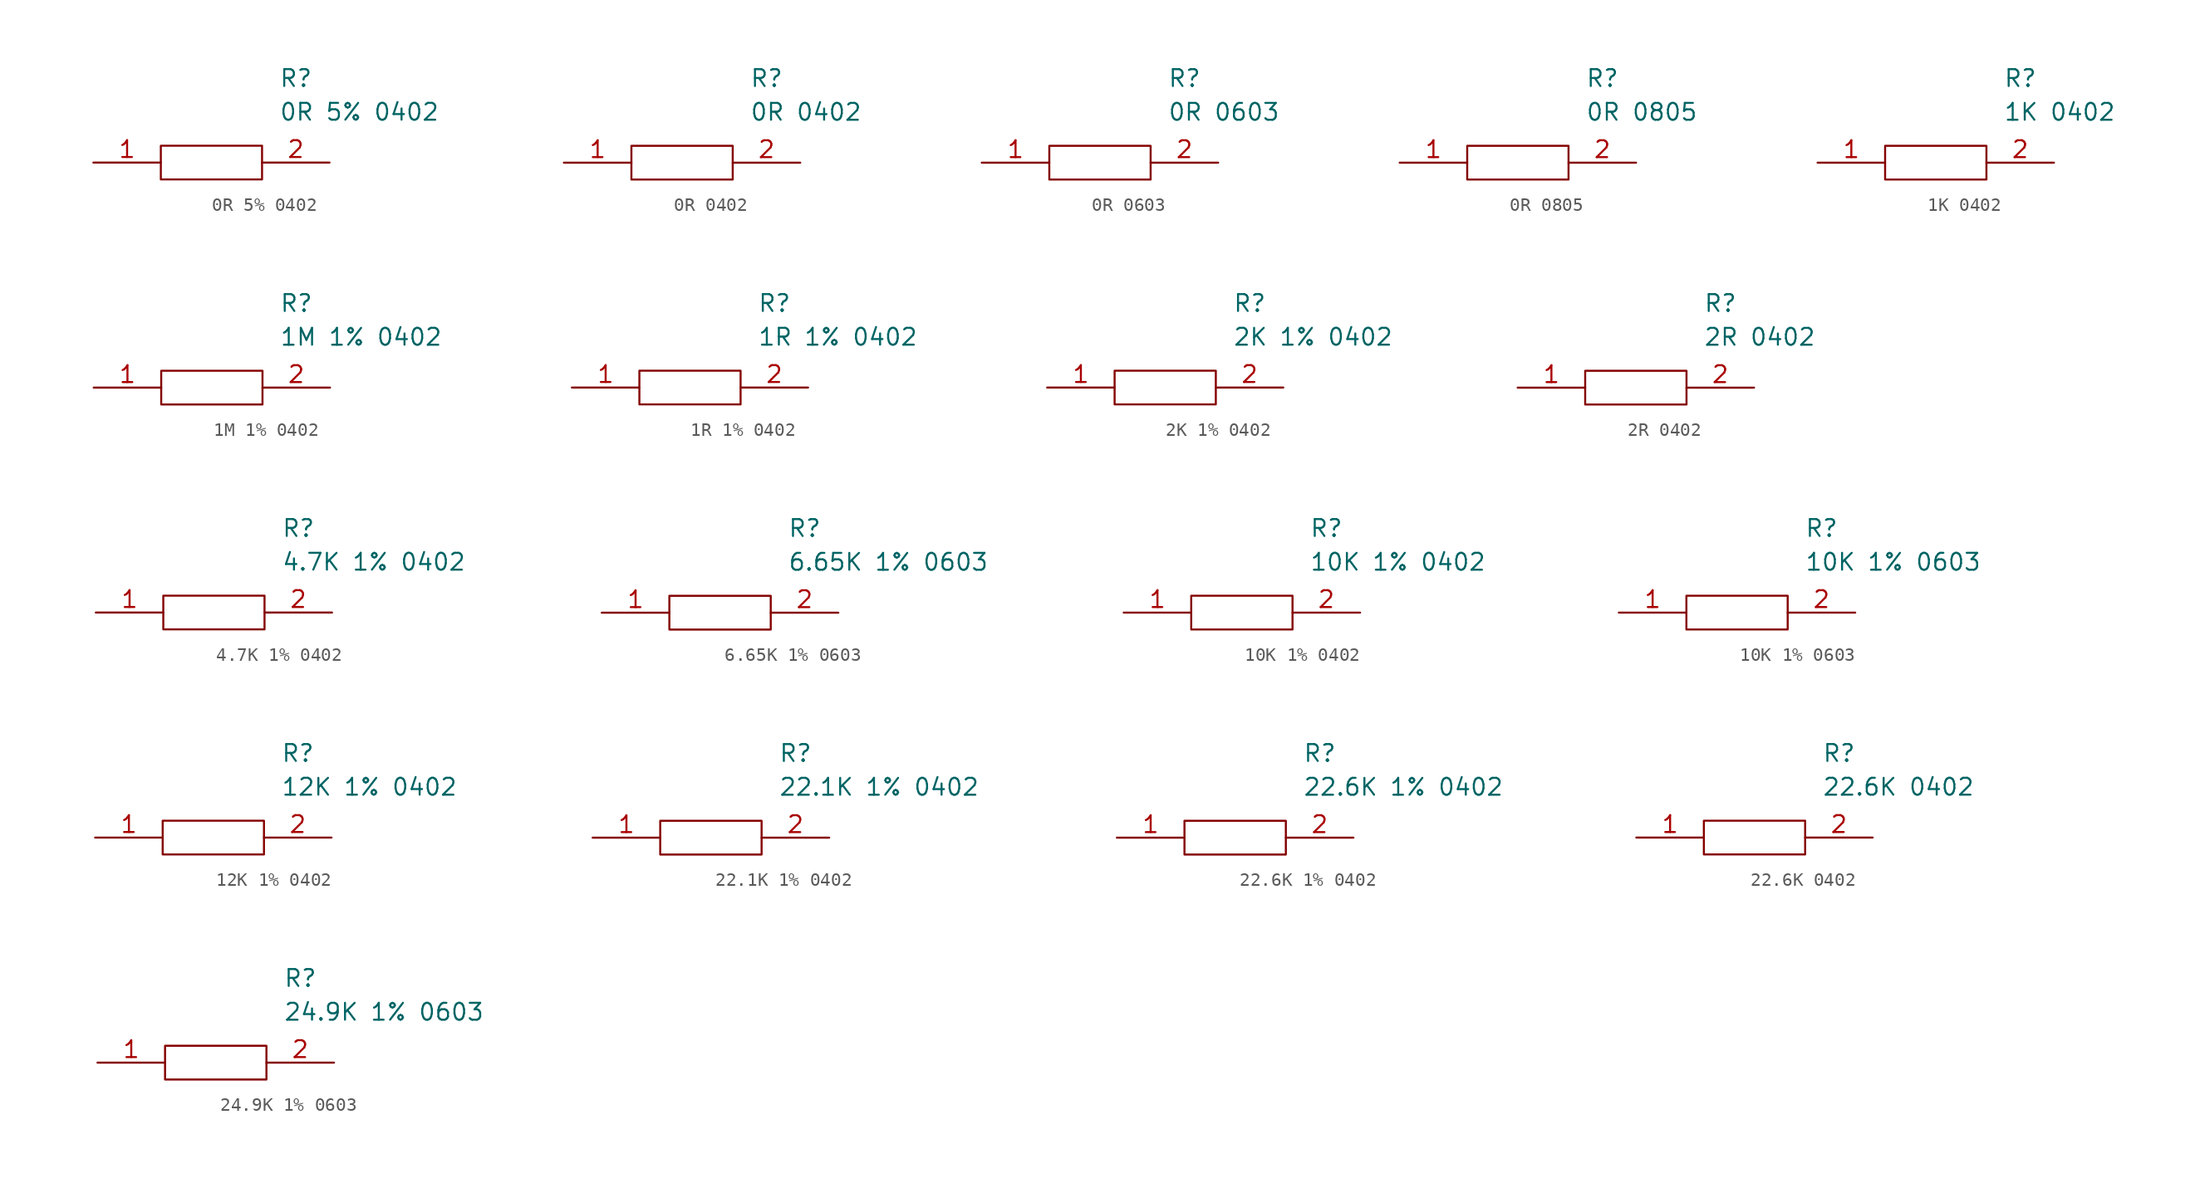
<source format=kicad_sym>
(kicad_symbol_lib
  (version 20211014)
  (generator kicad_symbol_editor)
  (symbol "0R 5% 0402"
    (pin_names
      (offset 0.762))
    (property "Reference" "R"
      (at 13.97 6.35 0)
      (effects (font (size 1.27 1.27)) (justify left)))
    (property "Value" "0R 5% 0402"
      (at 13.97 3.81 0)
      (effects (font (size 1.27 1.27)) (justify left)))
    (symbol "0R 5% 0402_0_0"
      (pin passive line (at 0 0 0) (length 5.08) (name "~" (effects (font (size 1.27 1.27)))) (number "1" (effects (font (size 1.27 1.27)))))
      (pin passive line (at 17.78 0 180) (length 5.08) (name "~" (effects (font (size 1.27 1.27)))) (number "2" (effects (font (size 1.27 1.27))))))
    (symbol "0R 5% 0402_0_1"
      (polyline (pts (xy 5.08 1.27) (xy 12.7 1.27) (xy 12.7 -1.27) (xy 5.08 -1.27) (xy 5.08 1.27)) (stroke (width 0.152) (type default) (color 0 0 0 0)) (fill (type none)))))
  (symbol "0R 0402"
    (pin_names
      (offset 0.762))
    (property "Reference" "R"
      (at 13.97 6.35 0)
      (effects (font (size 1.27 1.27)) (justify left)))
    (property "Value" "0R 0402"
      (at 13.97 3.81 0)
      (effects (font (size 1.27 1.27)) (justify left)))
    (symbol "0R 0402_0_0"
      (pin passive line (at 0 0 0) (length 5.08) (name "~" (effects (font (size 1.27 1.27)))) (number "1" (effects (font (size 1.27 1.27)))))
      (pin passive line (at 17.78 0 180) (length 5.08) (name "~" (effects (font (size 1.27 1.27)))) (number "2" (effects (font (size 1.27 1.27))))))
    (symbol "0R 0402_0_1"
      (polyline (pts (xy 5.08 1.27) (xy 12.7 1.27) (xy 12.7 -1.27) (xy 5.08 -1.27) (xy 5.08 1.27)) (stroke (width 0.152) (type default) (color 0 0 0 0)) (fill (type none)))))
  (symbol "0R 0603"
    (pin_names
      (offset 0.762))
    (property "Reference" "R"
      (at 13.97 6.35 0)
      (effects (font (size 1.27 1.27)) (justify left)))
    (property "Value" "0R 0603"
      (at 13.97 3.81 0)
      (effects (font (size 1.27 1.27)) (justify left)))
    (symbol "0R 0603_0_0"
      (pin passive line (at 0 0 0) (length 5.08) (name "~" (effects (font (size 1.27 1.27)))) (number "1" (effects (font (size 1.27 1.27)))))
      (pin passive line (at 17.78 0 180) (length 5.08) (name "~" (effects (font (size 1.27 1.27)))) (number "2" (effects (font (size 1.27 1.27))))))
    (symbol "0R 0603_0_1"
      (polyline (pts (xy 5.08 1.27) (xy 12.7 1.27) (xy 12.7 -1.27) (xy 5.08 -1.27) (xy 5.08 1.27)) (stroke (width 0.152) (type default) (color 0 0 0 0)) (fill (type none)))))
  (symbol "0R 0805"
    (pin_names
      (offset 0.762))
    (property "Reference" "R"
      (at 13.97 6.35 0)
      (effects (font (size 1.27 1.27)) (justify left)))
    (property "Value" "0R 0805"
      (at 13.97 3.81 0)
      (effects (font (size 1.27 1.27)) (justify left)))
    (symbol "0R 0805_0_0"
      (pin passive line (at 0 0 0) (length 5.08) (name "~" (effects (font (size 1.27 1.27)))) (number "1" (effects (font (size 1.27 1.27)))))
      (pin passive line (at 17.78 0 180) (length 5.08) (name "~" (effects (font (size 1.27 1.27)))) (number "2" (effects (font (size 1.27 1.27))))))
    (symbol "0R 0805_0_1"
      (polyline (pts (xy 5.08 1.27) (xy 12.7 1.27) (xy 12.7 -1.27) (xy 5.08 -1.27) (xy 5.08 1.27)) (stroke (width 0.152) (type default) (color 0 0 0 0)) (fill (type none)))))
  (symbol "1K 0402"
    (pin_names
      (offset 0.762))
    (property "Reference" "R"
      (at 13.97 6.35 0)
      (effects (font (size 1.27 1.27)) (justify left)))
    (property "Value" "1K 0402"
      (at 13.97 3.81 0)
      (effects (font (size 1.27 1.27)) (justify left)))
    (symbol "1K 0402_0_0"
      (pin passive line (at 0 0 0) (length 5.08) (name "~" (effects (font (size 1.27 1.27)))) (number "1" (effects (font (size 1.27 1.27)))))
      (pin passive line (at 17.78 0 180) (length 5.08) (name "~" (effects (font (size 1.27 1.27)))) (number "2" (effects (font (size 1.27 1.27))))))
    (symbol "1K 0402_0_1"
      (polyline (pts (xy 5.08 1.27) (xy 12.7 1.27) (xy 12.7 -1.27) (xy 5.08 -1.27) (xy 5.08 1.27)) (stroke (width 0.152) (type default) (color 0 0 0 0)) (fill (type none)))))
  (symbol "1M 1% 0402"
    (pin_names
      (offset 0.762))
    (property "Reference" "R"
      (at 13.97 6.35 0)
      (effects (font (size 1.27 1.27)) (justify left)))
    (property "Value" "1M 1% 0402"
      (at 13.97 3.81 0)
      (effects (font (size 1.27 1.27)) (justify left)))
    (symbol "1M 1% 0402_0_0"
      (pin passive line (at 0 0 0) (length 5.08) (name "~" (effects (font (size 1.27 1.27)))) (number "1" (effects (font (size 1.27 1.27)))))
      (pin passive line (at 17.78 0 180) (length 5.08) (name "~" (effects (font (size 1.27 1.27)))) (number "2" (effects (font (size 1.27 1.27))))))
    (symbol "1M 1% 0402_0_1"
      (polyline (pts (xy 5.08 1.27) (xy 12.7 1.27) (xy 12.7 -1.27) (xy 5.08 -1.27) (xy 5.08 1.27)) (stroke (width 0.152) (type default) (color 0 0 0 0)) (fill (type none)))))
  (symbol "1R 1% 0402"
    (pin_names
      (offset 0.762))
    (property "Reference" "R"
      (at 13.97 6.35 0)
      (effects (font (size 1.27 1.27)) (justify left)))
    (property "Value" "1R 1% 0402"
      (at 13.97 3.81 0)
      (effects (font (size 1.27 1.27)) (justify left)))
    (symbol "1R 1% 0402_0_0"
      (pin passive line (at 0 0 0) (length 5.08) (name "~" (effects (font (size 1.27 1.27)))) (number "1" (effects (font (size 1.27 1.27)))))
      (pin passive line (at 17.78 0 180) (length 5.08) (name "~" (effects (font (size 1.27 1.27)))) (number "2" (effects (font (size 1.27 1.27))))))
    (symbol "1R 1% 0402_0_1"
      (polyline (pts (xy 5.08 1.27) (xy 12.7 1.27) (xy 12.7 -1.27) (xy 5.08 -1.27) (xy 5.08 1.27)) (stroke (width 0.152) (type default) (color 0 0 0 0)) (fill (type none)))))
  (symbol "2K 1% 0402"
    (pin_names
      (offset 0.762))
    (property "Reference" "R"
      (at 13.97 6.35 0)
      (effects (font (size 1.27 1.27)) (justify left)))
    (property "Value" "2K 1% 0402"
      (at 13.97 3.81 0)
      (effects (font (size 1.27 1.27)) (justify left)))
    (symbol "2K 1% 0402_0_0"
      (pin passive line (at 0 0 0) (length 5.08) (name "~" (effects (font (size 1.27 1.27)))) (number "1" (effects (font (size 1.27 1.27)))))
      (pin passive line (at 17.78 0 180) (length 5.08) (name "~" (effects (font (size 1.27 1.27)))) (number "2" (effects (font (size 1.27 1.27))))))
    (symbol "2K 1% 0402_0_1"
      (polyline (pts (xy 5.08 1.27) (xy 12.7 1.27) (xy 12.7 -1.27) (xy 5.08 -1.27) (xy 5.08 1.27)) (stroke (width 0.152) (type default) (color 0 0 0 0)) (fill (type none)))))
  (symbol "2R 0402"
    (pin_names
      (offset 0.762))
    (property "Reference" "R"
      (at 13.97 6.35 0)
      (effects (font (size 1.27 1.27)) (justify left)))
    (property "Value" "2R 0402"
      (at 13.97 3.81 0)
      (effects (font (size 1.27 1.27)) (justify left)))
    (symbol "2R 0402_0_0"
      (pin passive line (at 0 0 0) (length 5.08) (name "~" (effects (font (size 1.27 1.27)))) (number "1" (effects (font (size 1.27 1.27)))))
      (pin passive line (at 17.78 0 180) (length 5.08) (name "~" (effects (font (size 1.27 1.27)))) (number "2" (effects (font (size 1.27 1.27))))))
    (symbol "2R 0402_0_1"
      (polyline (pts (xy 5.08 1.27) (xy 12.7 1.27) (xy 12.7 -1.27) (xy 5.08 -1.27) (xy 5.08 1.27)) (stroke (width 0.152) (type default) (color 0 0 0 0)) (fill (type none)))))
  (symbol "4.7K 1% 0402"
    (pin_names
      (offset 0.762))
    (property "Reference" "R"
      (at 13.97 6.35 0)
      (effects (font (size 1.27 1.27)) (justify left)))
    (property "Value" "4.7K 1% 0402"
      (at 13.97 3.81 0)
      (effects (font (size 1.27 1.27)) (justify left)))
    (symbol "4.7K 1% 0402_0_0"
      (pin passive line (at 0 0 0) (length 5.08) (name "~" (effects (font (size 1.27 1.27)))) (number "1" (effects (font (size 1.27 1.27)))))
      (pin passive line (at 17.78 0 180) (length 5.08) (name "~" (effects (font (size 1.27 1.27)))) (number "2" (effects (font (size 1.27 1.27))))))
    (symbol "4.7K 1% 0402_0_1"
      (polyline (pts (xy 5.08 1.27) (xy 12.7 1.27) (xy 12.7 -1.27) (xy 5.08 -1.27) (xy 5.08 1.27)) (stroke (width 0.152) (type default) (color 0 0 0 0)) (fill (type none)))))
  (symbol "6.65K 1% 0603"
    (pin_names
      (offset 0.762))
    (property "Reference" "R"
      (at 13.97 6.35 0)
      (effects (font (size 1.27 1.27)) (justify left)))
    (property "Value" "6.65K 1% 0603"
      (at 13.97 3.81 0)
      (effects (font (size 1.27 1.27)) (justify left)))
    (symbol "6.65K 1% 0603_0_0"
      (pin passive line (at 0 0 0) (length 5.08) (name "~" (effects (font (size 1.27 1.27)))) (number "1" (effects (font (size 1.27 1.27)))))
      (pin passive line (at 17.78 0 180) (length 5.08) (name "~" (effects (font (size 1.27 1.27)))) (number "2" (effects (font (size 1.27 1.27))))))
    (symbol "6.65K 1% 0603_0_1"
      (polyline (pts (xy 5.08 1.27) (xy 12.7 1.27) (xy 12.7 -1.27) (xy 5.08 -1.27) (xy 5.08 1.27)) (stroke (width 0.152) (type default) (color 0 0 0 0)) (fill (type none)))))
  (symbol "10K 1% 0402"
    (pin_names
      (offset 0.762))
    (property "Reference" "R"
      (at 13.97 6.35 0)
      (effects (font (size 1.27 1.27)) (justify left)))
    (property "Value" "10K 1% 0402"
      (at 13.97 3.81 0)
      (effects (font (size 1.27 1.27)) (justify left)))
    (symbol "10K 1% 0402_0_0"
      (pin passive line (at 0 0 0) (length 5.08) (name "~" (effects (font (size 1.27 1.27)))) (number "1" (effects (font (size 1.27 1.27)))))
      (pin passive line (at 17.78 0 180) (length 5.08) (name "~" (effects (font (size 1.27 1.27)))) (number "2" (effects (font (size 1.27 1.27))))))
    (symbol "10K 1% 0402_0_1"
      (polyline (pts (xy 5.08 1.27) (xy 12.7 1.27) (xy 12.7 -1.27) (xy 5.08 -1.27) (xy 5.08 1.27)) (stroke (width 0.152) (type default) (color 0 0 0 0)) (fill (type none)))))
  (symbol "10K 1% 0603"
    (pin_names
      (offset 0.762))
    (property "Reference" "R"
      (at 13.97 6.35 0)
      (effects (font (size 1.27 1.27)) (justify left)))
    (property "Value" "10K 1% 0603"
      (at 13.97 3.81 0)
      (effects (font (size 1.27 1.27)) (justify left)))
    (symbol "10K 1% 0603_0_0"
      (pin passive line (at 0 0 0) (length 5.08) (name "~" (effects (font (size 1.27 1.27)))) (number "1" (effects (font (size 1.27 1.27)))))
      (pin passive line (at 17.78 0 180) (length 5.08) (name "~" (effects (font (size 1.27 1.27)))) (number "2" (effects (font (size 1.27 1.27))))))
    (symbol "10K 1% 0603_0_1"
      (polyline (pts (xy 5.08 1.27) (xy 12.7 1.27) (xy 12.7 -1.27) (xy 5.08 -1.27) (xy 5.08 1.27)) (stroke (width 0.152) (type default) (color 0 0 0 0)) (fill (type none)))))
  (symbol "12K 1% 0402"
    (pin_names
      (offset 0.762))
    (property "Reference" "R"
      (at 13.97 6.35 0)
      (effects (font (size 1.27 1.27)) (justify left)))
    (property "Value" "12K 1% 0402"
      (at 13.97 3.81 0)
      (effects (font (size 1.27 1.27)) (justify left)))
    (symbol "12K 1% 0402_0_0"
      (pin passive line (at 0 0 0) (length 5.08) (name "~" (effects (font (size 1.27 1.27)))) (number "1" (effects (font (size 1.27 1.27)))))
      (pin passive line (at 17.78 0 180) (length 5.08) (name "~" (effects (font (size 1.27 1.27)))) (number "2" (effects (font (size 1.27 1.27))))))
    (symbol "12K 1% 0402_0_1"
      (polyline (pts (xy 5.08 1.27) (xy 12.7 1.27) (xy 12.7 -1.27) (xy 5.08 -1.27) (xy 5.08 1.27)) (stroke (width 0.152) (type default) (color 0 0 0 0)) (fill (type none)))))
  (symbol "22.1K 1% 0402"
    (pin_names
      (offset 0.762))
    (property "Reference" "R"
      (at 13.97 6.35 0)
      (effects (font (size 1.27 1.27)) (justify left)))
    (property "Value" "22.1K 1% 0402"
      (at 13.97 3.81 0)
      (effects (font (size 1.27 1.27)) (justify left)))
    (symbol "22.1K 1% 0402_0_0"
      (pin passive line (at 0 0 0) (length 5.08) (name "~" (effects (font (size 1.27 1.27)))) (number "1" (effects (font (size 1.27 1.27)))))
      (pin passive line (at 17.78 0 180) (length 5.08) (name "~" (effects (font (size 1.27 1.27)))) (number "2" (effects (font (size 1.27 1.27))))))
    (symbol "22.1K 1% 0402_0_1"
      (polyline (pts (xy 5.08 1.27) (xy 12.7 1.27) (xy 12.7 -1.27) (xy 5.08 -1.27) (xy 5.08 1.27)) (stroke (width 0.152) (type default) (color 0 0 0 0)) (fill (type none)))))
  (symbol "22.6K 1% 0402"
    (pin_names
      (offset 0.762))
    (property "Reference" "R"
      (at 13.97 6.35 0)
      (effects (font (size 1.27 1.27)) (justify left)))
    (property "Value" "22.6K 1% 0402"
      (at 13.97 3.81 0)
      (effects (font (size 1.27 1.27)) (justify left)))
    (symbol "22.6K 1% 0402_0_0"
      (pin passive line (at 0 0 0) (length 5.08) (name "~" (effects (font (size 1.27 1.27)))) (number "1" (effects (font (size 1.27 1.27)))))
      (pin passive line (at 17.78 0 180) (length 5.08) (name "~" (effects (font (size 1.27 1.27)))) (number "2" (effects (font (size 1.27 1.27))))))
    (symbol "22.6K 1% 0402_0_1"
      (polyline (pts (xy 5.08 1.27) (xy 12.7 1.27) (xy 12.7 -1.27) (xy 5.08 -1.27) (xy 5.08 1.27)) (stroke (width 0.152) (type default) (color 0 0 0 0)) (fill (type none)))))
  (symbol "22.6K 0402"
    (pin_names
      (offset 0.762))
    (property "Reference" "R"
      (at 13.97 6.35 0)
      (effects (font (size 1.27 1.27)) (justify left)))
    (property "Value" "22.6K 0402"
      (at 13.97 3.81 0)
      (effects (font (size 1.27 1.27)) (justify left)))
    (symbol "22.6K 0402_0_0"
      (pin passive line (at 0 0 0) (length 5.08) (name "~" (effects (font (size 1.27 1.27)))) (number "1" (effects (font (size 1.27 1.27)))))
      (pin passive line (at 17.78 0 180) (length 5.08) (name "~" (effects (font (size 1.27 1.27)))) (number "2" (effects (font (size 1.27 1.27))))))
    (symbol "22.6K 0402_0_1"
      (polyline (pts (xy 5.08 1.27) (xy 12.7 1.27) (xy 12.7 -1.27) (xy 5.08 -1.27) (xy 5.08 1.27)) (stroke (width 0.152) (type default) (color 0 0 0 0)) (fill (type none)))))
  (symbol "24.9K 1% 0603"
    (pin_names
      (offset 0.762))
    (property "Reference" "R"
      (at 13.97 6.35 0)
      (effects (font (size 1.27 1.27)) (justify left)))
    (property "Value" "24.9K 1% 0603"
      (at 13.97 3.81 0)
      (effects (font (size 1.27 1.27)) (justify left)))
    (symbol "24.9K 1% 0603_0_0"
      (pin passive line (at 0 0 0) (length 5.08) (name "~" (effects (font (size 1.27 1.27)))) (number "1" (effects (font (size 1.27 1.27)))))
      (pin passive line (at 17.78 0 180) (length 5.08) (name "~" (effects (font (size 1.27 1.27)))) (number "2" (effects (font (size 1.27 1.27))))))
    (symbol "24.9K 1% 0603_0_1"
      (polyline (pts (xy 5.08 1.27) (xy 12.7 1.27) (xy 12.7 -1.27) (xy 5.08 -1.27) (xy 5.08 1.27)) (stroke (width 0.152) (type default) (color 0 0 0 0)) (fill (type none))))))
</source>
